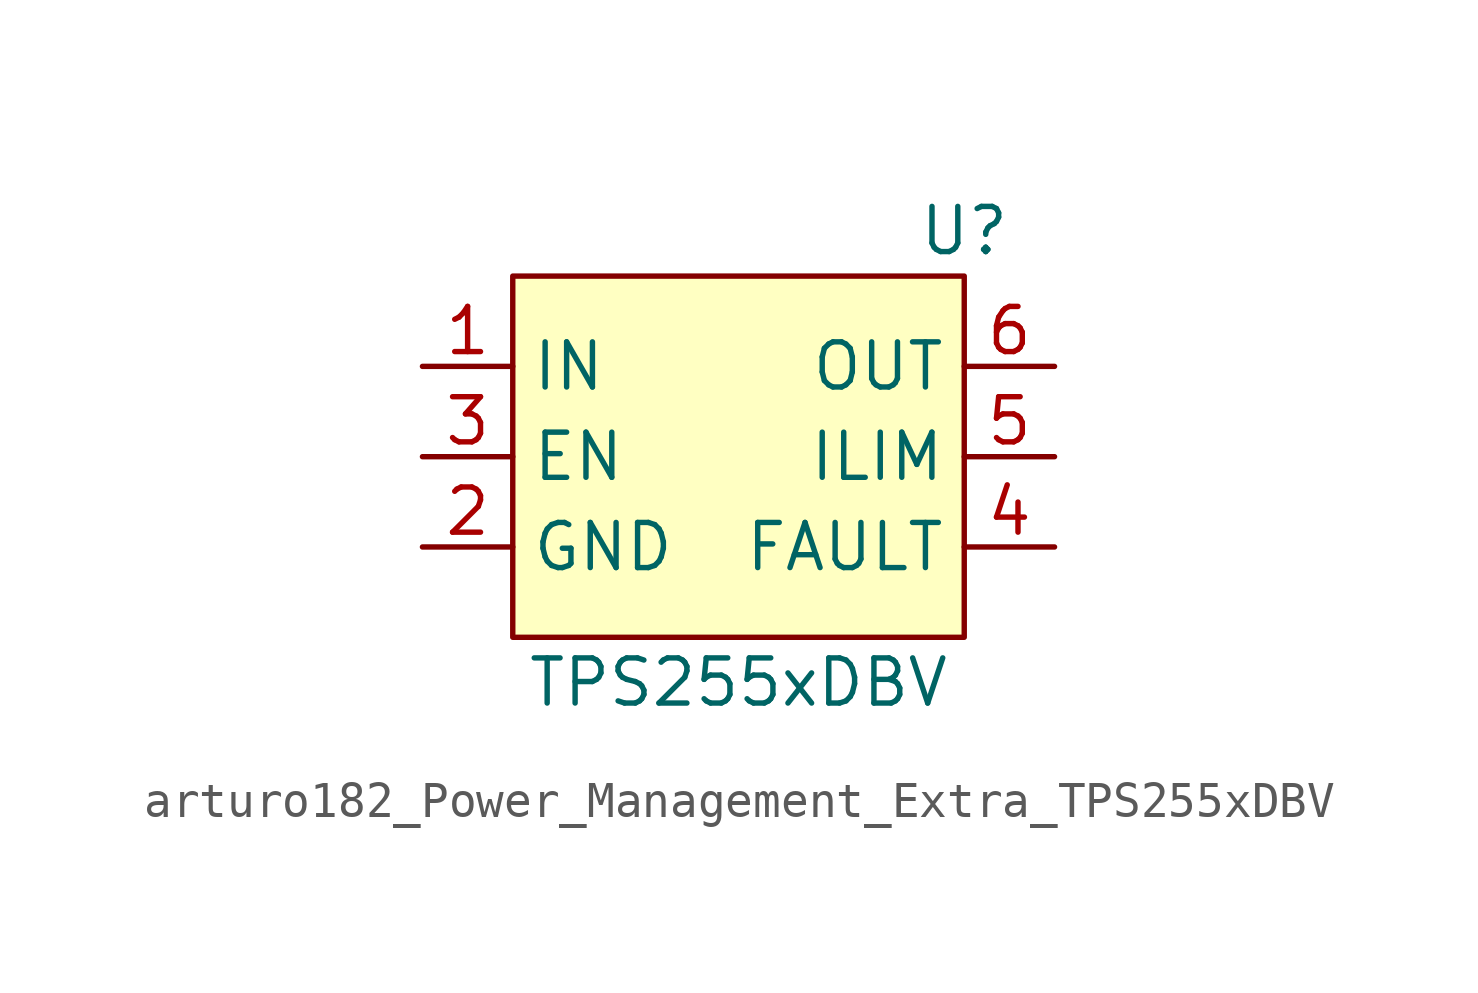
<source format=kicad_sym>
(kicad_symbol_lib
  (version 20220914)
  (generator kicad_symbol_editor)
  (symbol "arturo182_Power_Management_Extra_TPS255xDBV"
    (property "Reference" "U"
      (at 6.35 6.35 0)
      (effects (font (size 1.27 1.27))))
    (property "Value" "TPS255xDBV"
      (at 0 -6.35 0)
      (effects (font (size 1.27 1.27))))
    (symbol "arturo182_Power_Management_Extra_TPS255xDBV_0_0"
      (pin power_in line (at -8.89 2.54 0) (length 2.54) (name "IN" (effects (font (size 1.27 1.27)))) (number "1" (effects (font (size 1.27 1.27)))))
      (pin power_in line (at -8.89 -2.54 0) (length 2.54) (name "GND" (effects (font (size 1.27 1.27)))) (number "2" (effects (font (size 1.27 1.27)))))
      (pin input line (at -8.89 0 0) (length 2.54) (name "EN" (effects (font (size 1.27 1.27)))) (number "3" (effects (font (size 1.27 1.27)))))
      (pin output line (at 8.89 -2.54 180) (length 2.54) (name "FAULT" (effects (font (size 1.27 1.27)))) (number "4" (effects (font (size 1.27 1.27)))))
      (pin input line (at 8.89 0 180) (length 2.54) (name "ILIM" (effects (font (size 1.27 1.27)))) (number "5" (effects (font (size 1.27 1.27)))))
      (pin power_out line (at 8.89 2.54 180) (length 2.54) (name "OUT" (effects (font (size 1.27 1.27)))) (number "6" (effects (font (size 1.27 1.27))))))
    (symbol "arturo182_Power_Management_Extra_TPS255xDBV_0_1"
      (rectangle (start -6.35 5.08) (end 6.35 -5.08) (stroke (width 0.152) (type default)) (fill (type background))))))
</source>
